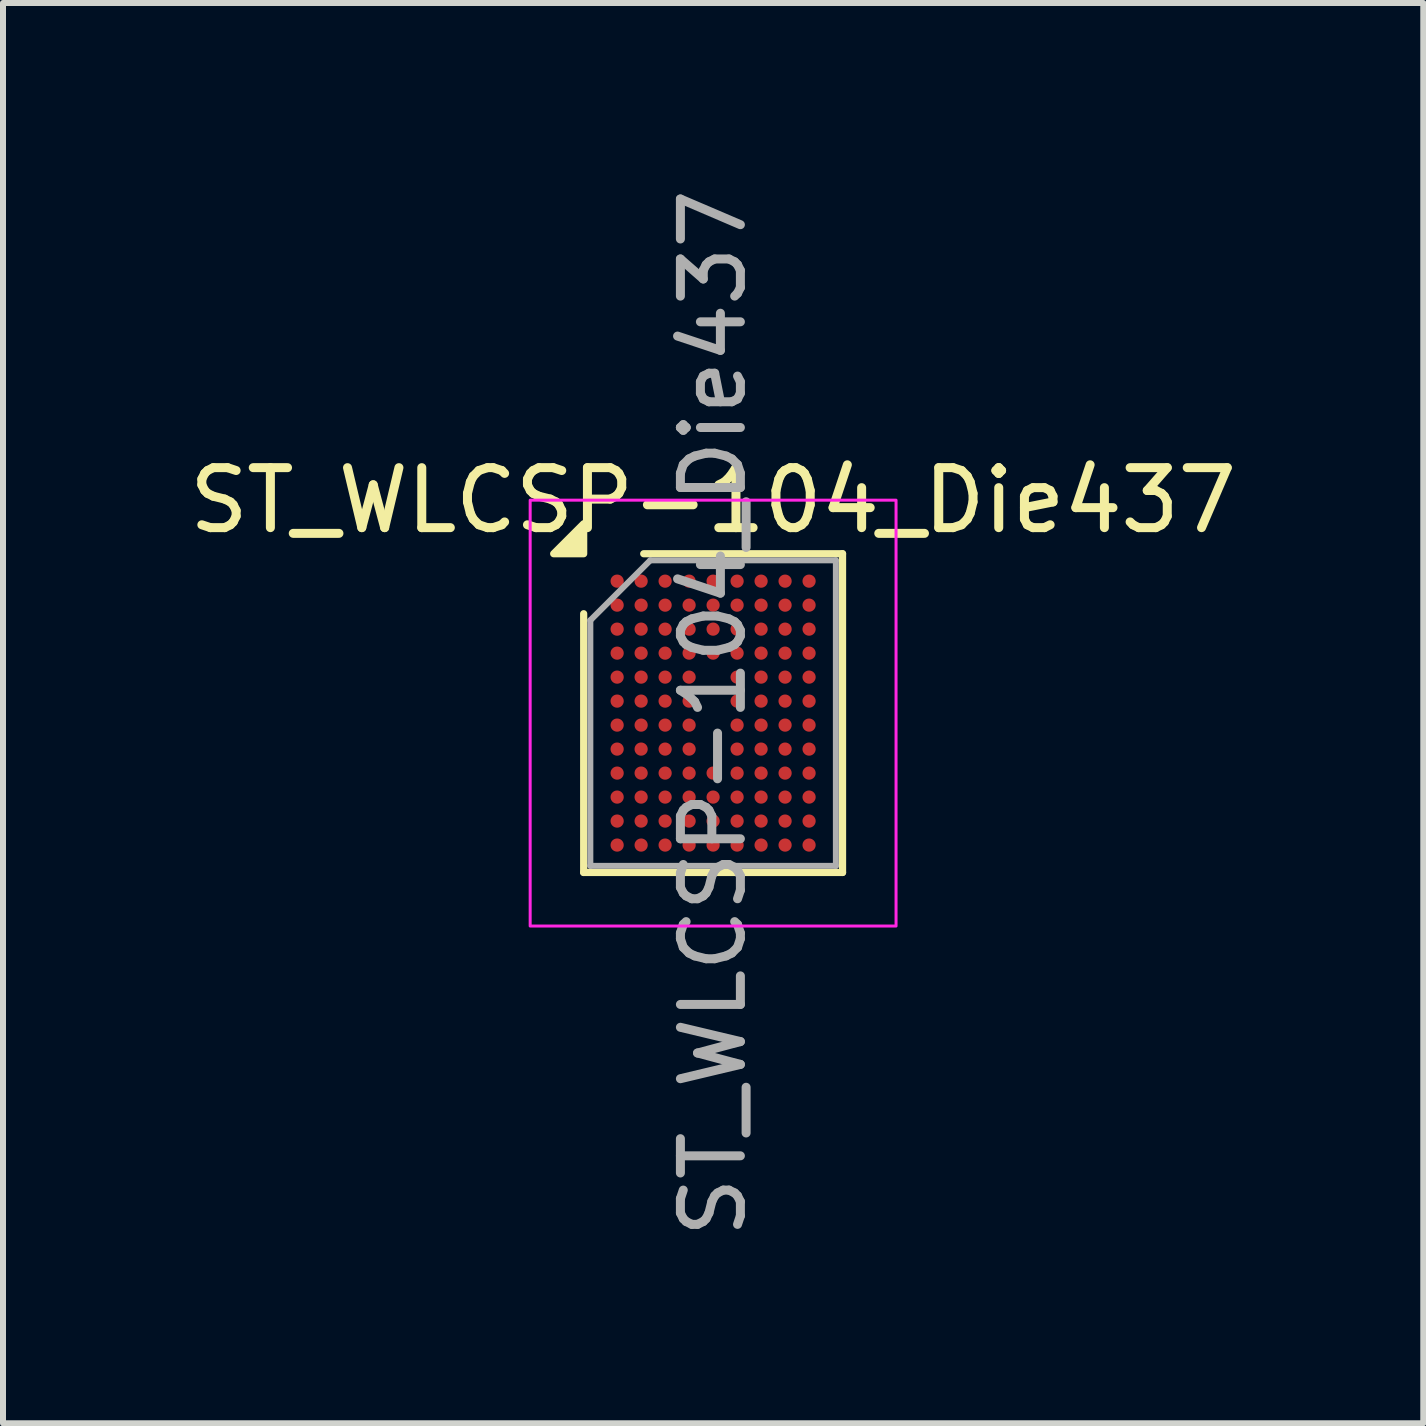
<source format=kicad_pcb>
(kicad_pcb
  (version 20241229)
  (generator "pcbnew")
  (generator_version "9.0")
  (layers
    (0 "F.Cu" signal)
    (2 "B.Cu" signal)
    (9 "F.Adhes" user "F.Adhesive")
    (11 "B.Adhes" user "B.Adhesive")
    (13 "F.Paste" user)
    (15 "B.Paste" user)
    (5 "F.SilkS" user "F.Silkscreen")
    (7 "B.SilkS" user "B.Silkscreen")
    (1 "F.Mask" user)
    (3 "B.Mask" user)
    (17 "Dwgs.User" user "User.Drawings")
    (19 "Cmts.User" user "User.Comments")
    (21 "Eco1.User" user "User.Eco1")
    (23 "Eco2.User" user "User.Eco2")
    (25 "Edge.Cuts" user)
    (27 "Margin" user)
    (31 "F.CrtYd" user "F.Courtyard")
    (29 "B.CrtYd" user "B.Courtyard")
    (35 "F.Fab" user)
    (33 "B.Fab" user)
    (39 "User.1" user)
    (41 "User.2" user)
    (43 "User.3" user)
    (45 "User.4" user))
  (footprint "ST_WLCSP-104_Die437"
    (layer "F.Cu")
    (at 8.839 8.839)
    (property "Reference" "ST_WLCSP-104_Die437" (at 0 -3.547 0) (layer "F.SilkS") (effects (font (size 1 1) (thickness 0.15))))
    (attr smd)
    (fp_line (start -2.158 2.657) (end -2.158 -1.657) (stroke (width 0.12) (type solid)) (layer "F.SilkS"))
    (fp_line (start -1.157 -2.657) (end 2.158 -2.657) (stroke (width 0.12) (type solid)) (layer "F.SilkS"))
    (fp_line (start 2.158 -2.657) (end 2.158 2.657) (stroke (width 0.12) (type solid)) (layer "F.SilkS"))
    (fp_line (start 2.158 2.657) (end -2.158 2.657) (stroke (width 0.12) (type solid)) (layer "F.SilkS"))
    (fp_poly (pts (xy -2.158 -2.657) (xy -2.658 -2.657) (xy -2.158 -3.157)) (stroke (width 0.12) (type solid)) (fill yes) (layer "F.SilkS"))
    (fp_rect (start -3.05 -3.55) (end 3.05 3.55) (stroke (width 0.05) (type solid)) (fill no) (layer "F.CrtYd"))
    (fp_line (start -2.047 -1.547) (end -1.048 -2.547) (stroke (width 0.1) (type solid)) (layer "F.Fab"))
    (fp_line (start -2.047 2.547) (end -2.047 -1.547) (stroke (width 0.1) (type solid)) (layer "F.Fab"))
    (fp_line (start -1.048 -2.547) (end 2.047 -2.547) (stroke (width 0.1) (type solid)) (layer "F.Fab"))
    (fp_line (start 2.047 -2.547) (end 2.047 2.547) (stroke (width 0.1) (type solid)) (layer "F.Fab"))
    (fp_line (start 2.047 2.547) (end -2.047 2.547) (stroke (width 0.1) (type solid)) (layer "F.Fab"))
    (fp_text user "${REFERENCE}" (at 0 0 270) (layer "F.Fab") (effects (font (size 1 1) (thickness 0.15))))
    (pad "A1" smd circle (at -1.6 -2.2) (size 0.22 0.22) (property pad_prop_bga) (layers "F.Cu" "F.Mask" "F.Paste"))
    (pad "A2" smd circle (at -1.2 -2.2) (size 0.22 0.22) (property pad_prop_bga) (layers "F.Cu" "F.Mask" "F.Paste"))
    (pad "A3" smd circle (at -0.8 -2.2) (size 0.22 0.22) (property pad_prop_bga) (layers "F.Cu" "F.Mask" "F.Paste"))
    (pad "A4" smd circle (at -0.4 -2.2) (size 0.22 0.22) (property pad_prop_bga) (layers "F.Cu" "F.Mask" "F.Paste"))
    (pad "A5" smd circle (at 0 -2.2) (size 0.22 0.22) (property pad_prop_bga) (layers "F.Cu" "F.Mask" "F.Paste"))
    (pad "A6" smd circle (at 0.4 -2.2) (size 0.22 0.22) (property pad_prop_bga) (layers "F.Cu" "F.Mask" "F.Paste"))
    (pad "A7" smd circle (at 0.8 -2.2) (size 0.22 0.22) (property pad_prop_bga) (layers "F.Cu" "F.Mask" "F.Paste"))
    (pad "A8" smd circle (at 1.2 -2.2) (size 0.22 0.22) (property pad_prop_bga) (layers "F.Cu" "F.Mask" "F.Paste"))
    (pad "A9" smd circle (at 1.6 -2.2) (size 0.22 0.22) (property pad_prop_bga) (layers "F.Cu" "F.Mask" "F.Paste"))
    (pad "B1" smd circle (at -1.6 -1.8) (size 0.22 0.22) (property pad_prop_bga) (layers "F.Cu" "F.Mask" "F.Paste"))
    (pad "B2" smd circle (at -1.2 -1.8) (size 0.22 0.22) (property pad_prop_bga) (layers "F.Cu" "F.Mask" "F.Paste"))
    (pad "B3" smd circle (at -0.8 -1.8) (size 0.22 0.22) (property pad_prop_bga) (layers "F.Cu" "F.Mask" "F.Paste"))
    (pad "B4" smd circle (at -0.4 -1.8) (size 0.22 0.22) (property pad_prop_bga) (layers "F.Cu" "F.Mask" "F.Paste"))
    (pad "B5" smd circle (at 0 -1.8) (size 0.22 0.22) (property pad_prop_bga) (layers "F.Cu" "F.Mask" "F.Paste"))
    (pad "B6" smd circle (at 0.4 -1.8) (size 0.22 0.22) (property pad_prop_bga) (layers "F.Cu" "F.Mask" "F.Paste"))
    (pad "B7" smd circle (at 0.8 -1.8) (size 0.22 0.22) (property pad_prop_bga) (layers "F.Cu" "F.Mask" "F.Paste"))
    (pad "B8" smd circle (at 1.2 -1.8) (size 0.22 0.22) (property pad_prop_bga) (layers "F.Cu" "F.Mask" "F.Paste"))
    (pad "B9" smd circle (at 1.6 -1.8) (size 0.22 0.22) (property pad_prop_bga) (layers "F.Cu" "F.Mask" "F.Paste"))
    (pad "C1" smd circle (at -1.6 -1.4) (size 0.22 0.22) (property pad_prop_bga) (layers "F.Cu" "F.Mask" "F.Paste"))
    (pad "C2" smd circle (at -1.2 -1.4) (size 0.22 0.22) (property pad_prop_bga) (layers "F.Cu" "F.Mask" "F.Paste"))
    (pad "C3" smd circle (at -0.8 -1.4) (size 0.22 0.22) (property pad_prop_bga) (layers "F.Cu" "F.Mask" "F.Paste"))
    (pad "C4" smd circle (at -0.4 -1.4) (size 0.22 0.22) (property pad_prop_bga) (layers "F.Cu" "F.Mask" "F.Paste"))
    (pad "C5" smd circle (at 0 -1.4) (size 0.22 0.22) (property pad_prop_bga) (layers "F.Cu" "F.Mask" "F.Paste"))
    (pad "C6" smd circle (at 0.4 -1.4) (size 0.22 0.22) (property pad_prop_bga) (layers "F.Cu" "F.Mask" "F.Paste"))
    (pad "C7" smd circle (at 0.8 -1.4) (size 0.22 0.22) (property pad_prop_bga) (layers "F.Cu" "F.Mask" "F.Paste"))
    (pad "C8" smd circle (at 1.2 -1.4) (size 0.22 0.22) (property pad_prop_bga) (layers "F.Cu" "F.Mask" "F.Paste"))
    (pad "C9" smd circle (at 1.6 -1.4) (size 0.22 0.22) (property pad_prop_bga) (layers "F.Cu" "F.Mask" "F.Paste"))
    (pad "D1" smd circle (at -1.6 -1) (size 0.22 0.22) (property pad_prop_bga) (layers "F.Cu" "F.Mask" "F.Paste"))
    (pad "D2" smd circle (at -1.2 -1) (size 0.22 0.22) (property pad_prop_bga) (layers "F.Cu" "F.Mask" "F.Paste"))
    (pad "D3" smd circle (at -0.8 -1) (size 0.22 0.22) (property pad_prop_bga) (layers "F.Cu" "F.Mask" "F.Paste"))
    (pad "D4" smd circle (at -0.4 -1) (size 0.22 0.22) (property pad_prop_bga) (layers "F.Cu" "F.Mask" "F.Paste"))
    (pad "D5" smd circle (at 0 -1) (size 0.22 0.22) (property pad_prop_bga) (layers "F.Cu" "F.Mask" "F.Paste"))
    (pad "D6" smd circle (at 0.4 -1) (size 0.22 0.22) (property pad_prop_bga) (layers "F.Cu" "F.Mask" "F.Paste"))
    (pad "D7" smd circle (at 0.8 -1) (size 0.22 0.22) (property pad_prop_bga) (layers "F.Cu" "F.Mask" "F.Paste"))
    (pad "D8" smd circle (at 1.2 -1) (size 0.22 0.22) (property pad_prop_bga) (layers "F.Cu" "F.Mask" "F.Paste"))
    (pad "D9" smd circle (at 1.6 -1) (size 0.22 0.22) (property pad_prop_bga) (layers "F.Cu" "F.Mask" "F.Paste"))
    (pad "E1" smd circle (at -1.6 -0.6) (size 0.22 0.22) (property pad_prop_bga) (layers "F.Cu" "F.Mask" "F.Paste"))
    (pad "E2" smd circle (at -1.2 -0.6) (size 0.22 0.22) (property pad_prop_bga) (layers "F.Cu" "F.Mask" "F.Paste"))
    (pad "E3" smd circle (at -0.8 -0.6) (size 0.22 0.22) (property pad_prop_bga) (layers "F.Cu" "F.Mask" "F.Paste"))
    (pad "E4" smd circle (at -0.4 -0.6) (size 0.22 0.22) (property pad_prop_bga) (layers "F.Cu" "F.Mask" "F.Paste"))
    (pad "E6" smd circle (at 0.4 -0.6) (size 0.22 0.22) (property pad_prop_bga) (layers "F.Cu" "F.Mask" "F.Paste"))
    (pad "E7" smd circle (at 0.8 -0.6) (size 0.22 0.22) (property pad_prop_bga) (layers "F.Cu" "F.Mask" "F.Paste"))
    (pad "E8" smd circle (at 1.2 -0.6) (size 0.22 0.22) (property pad_prop_bga) (layers "F.Cu" "F.Mask" "F.Paste"))
    (pad "E9" smd circle (at 1.6 -0.6) (size 0.22 0.22) (property pad_prop_bga) (layers "F.Cu" "F.Mask" "F.Paste"))
    (pad "F1" smd circle (at -1.6 -0.2) (size 0.22 0.22) (property pad_prop_bga) (layers "F.Cu" "F.Mask" "F.Paste"))
    (pad "F2" smd circle (at -1.2 -0.2) (size 0.22 0.22) (property pad_prop_bga) (layers "F.Cu" "F.Mask" "F.Paste"))
    (pad "F3" smd circle (at -0.8 -0.2) (size 0.22 0.22) (property pad_prop_bga) (layers "F.Cu" "F.Mask" "F.Paste"))
    (pad "F4" smd circle (at -0.4 -0.2) (size 0.22 0.22) (property pad_prop_bga) (layers "F.Cu" "F.Mask" "F.Paste"))
    (pad "F6" smd circle (at 0.4 -0.2) (size 0.22 0.22) (property pad_prop_bga) (layers "F.Cu" "F.Mask" "F.Paste"))
    (pad "F7" smd circle (at 0.8 -0.2) (size 0.22 0.22) (property pad_prop_bga) (layers "F.Cu" "F.Mask" "F.Paste"))
    (pad "F8" smd circle (at 1.2 -0.2) (size 0.22 0.22) (property pad_prop_bga) (layers "F.Cu" "F.Mask" "F.Paste"))
    (pad "F9" smd circle (at 1.6 -0.2) (size 0.22 0.22) (property pad_prop_bga) (layers "F.Cu" "F.Mask" "F.Paste"))
    (pad "G1" smd circle (at -1.6 0.2) (size 0.22 0.22) (property pad_prop_bga) (layers "F.Cu" "F.Mask" "F.Paste"))
    (pad "G2" smd circle (at -1.2 0.2) (size 0.22 0.22) (property pad_prop_bga) (layers "F.Cu" "F.Mask" "F.Paste"))
    (pad "G3" smd circle (at -0.8 0.2) (size 0.22 0.22) (property pad_prop_bga) (layers "F.Cu" "F.Mask" "F.Paste"))
    (pad "G4" smd circle (at -0.4 0.2) (size 0.22 0.22) (property pad_prop_bga) (layers "F.Cu" "F.Mask" "F.Paste"))
    (pad "G6" smd circle (at 0.4 0.2) (size 0.22 0.22) (property pad_prop_bga) (layers "F.Cu" "F.Mask" "F.Paste"))
    (pad "G7" smd circle (at 0.8 0.2) (size 0.22 0.22) (property pad_prop_bga) (layers "F.Cu" "F.Mask" "F.Paste"))
    (pad "G8" smd circle (at 1.2 0.2) (size 0.22 0.22) (property pad_prop_bga) (layers "F.Cu" "F.Mask" "F.Paste"))
    (pad "G9" smd circle (at 1.6 0.2) (size 0.22 0.22) (property pad_prop_bga) (layers "F.Cu" "F.Mask" "F.Paste"))
    (pad "H1" smd circle (at -1.6 0.6) (size 0.22 0.22) (property pad_prop_bga) (layers "F.Cu" "F.Mask" "F.Paste"))
    (pad "H2" smd circle (at -1.2 0.6) (size 0.22 0.22) (property pad_prop_bga) (layers "F.Cu" "F.Mask" "F.Paste"))
    (pad "H3" smd circle (at -0.8 0.6) (size 0.22 0.22) (property pad_prop_bga) (layers "F.Cu" "F.Mask" "F.Paste"))
    (pad "H4" smd circle (at -0.4 0.6) (size 0.22 0.22) (property pad_prop_bga) (layers "F.Cu" "F.Mask" "F.Paste"))
    (pad "H6" smd circle (at 0.4 0.6) (size 0.22 0.22) (property pad_prop_bga) (layers "F.Cu" "F.Mask" "F.Paste"))
    (pad "H7" smd circle (at 0.8 0.6) (size 0.22 0.22) (property pad_prop_bga) (layers "F.Cu" "F.Mask" "F.Paste"))
    (pad "H8" smd circle (at 1.2 0.6) (size 0.22 0.22) (property pad_prop_bga) (layers "F.Cu" "F.Mask" "F.Paste"))
    (pad "H9" smd circle (at 1.6 0.6) (size 0.22 0.22) (property pad_prop_bga) (layers "F.Cu" "F.Mask" "F.Paste"))
    (pad "J1" smd circle (at -1.6 1) (size 0.22 0.22) (property pad_prop_bga) (layers "F.Cu" "F.Mask" "F.Paste"))
    (pad "J2" smd circle (at -1.2 1) (size 0.22 0.22) (property pad_prop_bga) (layers "F.Cu" "F.Mask" "F.Paste"))
    (pad "J3" smd circle (at -0.8 1) (size 0.22 0.22) (property pad_prop_bga) (layers "F.Cu" "F.Mask" "F.Paste"))
    (pad "J4" smd circle (at -0.4 1) (size 0.22 0.22) (property pad_prop_bga) (layers "F.Cu" "F.Mask" "F.Paste"))
    (pad "J5" smd circle (at 0 1) (size 0.22 0.22) (property pad_prop_bga) (layers "F.Cu" "F.Mask" "F.Paste"))
    (pad "J6" smd circle (at 0.4 1) (size 0.22 0.22) (property pad_prop_bga) (layers "F.Cu" "F.Mask" "F.Paste"))
    (pad "J7" smd circle (at 0.8 1) (size 0.22 0.22) (property pad_prop_bga) (layers "F.Cu" "F.Mask" "F.Paste"))
    (pad "J8" smd circle (at 1.2 1) (size 0.22 0.22) (property pad_prop_bga) (layers "F.Cu" "F.Mask" "F.Paste"))
    (pad "J9" smd circle (at 1.6 1) (size 0.22 0.22) (property pad_prop_bga) (layers "F.Cu" "F.Mask" "F.Paste"))
    (pad "K1" smd circle (at -1.6 1.4) (size 0.22 0.22) (property pad_prop_bga) (layers "F.Cu" "F.Mask" "F.Paste"))
    (pad "K2" smd circle (at -1.2 1.4) (size 0.22 0.22) (property pad_prop_bga) (layers "F.Cu" "F.Mask" "F.Paste"))
    (pad "K3" smd circle (at -0.8 1.4) (size 0.22 0.22) (property pad_prop_bga) (layers "F.Cu" "F.Mask" "F.Paste"))
    (pad "K4" smd circle (at -0.4 1.4) (size 0.22 0.22) (property pad_prop_bga) (layers "F.Cu" "F.Mask" "F.Paste"))
    (pad "K5" smd circle (at 0 1.4) (size 0.22 0.22) (property pad_prop_bga) (layers "F.Cu" "F.Mask" "F.Paste"))
    (pad "K6" smd circle (at 0.4 1.4) (size 0.22 0.22) (property pad_prop_bga) (layers "F.Cu" "F.Mask" "F.Paste"))
    (pad "K7" smd circle (at 0.8 1.4) (size 0.22 0.22) (property pad_prop_bga) (layers "F.Cu" "F.Mask" "F.Paste"))
    (pad "K8" smd circle (at 1.2 1.4) (size 0.22 0.22) (property pad_prop_bga) (layers "F.Cu" "F.Mask" "F.Paste"))
    (pad "K9" smd circle (at 1.6 1.4) (size 0.22 0.22) (property pad_prop_bga) (layers "F.Cu" "F.Mask" "F.Paste"))
    (pad "L1" smd circle (at -1.6 1.8) (size 0.22 0.22) (property pad_prop_bga) (layers "F.Cu" "F.Mask" "F.Paste"))
    (pad "L2" smd circle (at -1.2 1.8) (size 0.22 0.22) (property pad_prop_bga) (layers "F.Cu" "F.Mask" "F.Paste"))
    (pad "L3" smd circle (at -0.8 1.8) (size 0.22 0.22) (property pad_prop_bga) (layers "F.Cu" "F.Mask" "F.Paste"))
    (pad "L4" smd circle (at -0.4 1.8) (size 0.22 0.22) (property pad_prop_bga) (layers "F.Cu" "F.Mask" "F.Paste"))
    (pad "L5" smd circle (at 0 1.8) (size 0.22 0.22) (property pad_prop_bga) (layers "F.Cu" "F.Mask" "F.Paste"))
    (pad "L6" smd circle (at 0.4 1.8) (size 0.22 0.22) (property pad_prop_bga) (layers "F.Cu" "F.Mask" "F.Paste"))
    (pad "L7" smd circle (at 0.8 1.8) (size 0.22 0.22) (property pad_prop_bga) (layers "F.Cu" "F.Mask" "F.Paste"))
    (pad "L8" smd circle (at 1.2 1.8) (size 0.22 0.22) (property pad_prop_bga) (layers "F.Cu" "F.Mask" "F.Paste"))
    (pad "L9" smd circle (at 1.6 1.8) (size 0.22 0.22) (property pad_prop_bga) (layers "F.Cu" "F.Mask" "F.Paste"))
    (pad "M1" smd circle (at -1.6 2.2) (size 0.22 0.22) (property pad_prop_bga) (layers "F.Cu" "F.Mask" "F.Paste"))
    (pad "M2" smd circle (at -1.2 2.2) (size 0.22 0.22) (property pad_prop_bga) (layers "F.Cu" "F.Mask" "F.Paste"))
    (pad "M3" smd circle (at -0.8 2.2) (size 0.22 0.22) (property pad_prop_bga) (layers "F.Cu" "F.Mask" "F.Paste"))
    (pad "M4" smd circle (at -0.4 2.2) (size 0.22 0.22) (property pad_prop_bga) (layers "F.Cu" "F.Mask" "F.Paste"))
    (pad "M5" smd circle (at 0 2.2) (size 0.22 0.22) (property pad_prop_bga) (layers "F.Cu" "F.Mask" "F.Paste"))
    (pad "M6" smd circle (at 0.4 2.2) (size 0.22 0.22) (property pad_prop_bga) (layers "F.Cu" "F.Mask" "F.Paste"))
    (pad "M7" smd circle (at 0.8 2.2) (size 0.22 0.22) (property pad_prop_bga) (layers "F.Cu" "F.Mask" "F.Paste"))
    (pad "M8" smd circle (at 1.2 2.2) (size 0.22 0.22) (property pad_prop_bga) (layers "F.Cu" "F.Mask" "F.Paste"))
    (pad "M9" smd circle (at 1.6 2.2) (size 0.22 0.22) (property pad_prop_bga) (layers "F.Cu" "F.Mask" "F.Paste")))
  (gr_rect
    (start -3 -3)
    (end 20.679 20.679)
    (stroke (width 0.1) (type default))
    (fill no)
    (layer "Edge.Cuts")))
</source>
